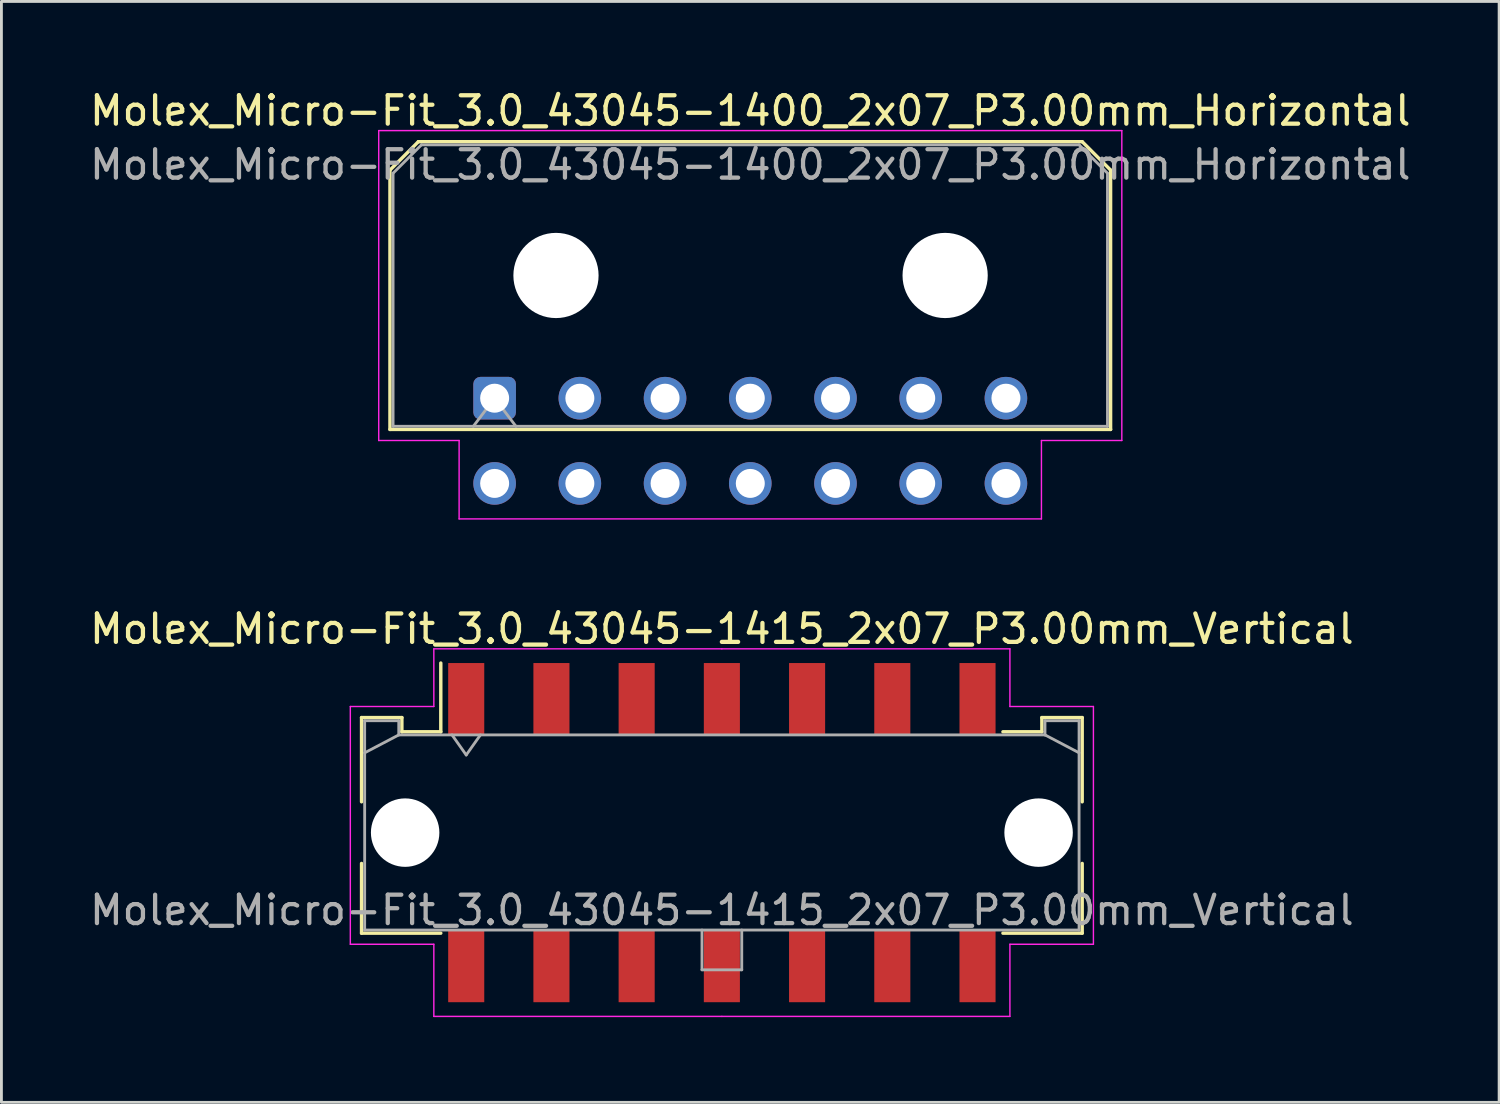
<source format=kicad_pcb>
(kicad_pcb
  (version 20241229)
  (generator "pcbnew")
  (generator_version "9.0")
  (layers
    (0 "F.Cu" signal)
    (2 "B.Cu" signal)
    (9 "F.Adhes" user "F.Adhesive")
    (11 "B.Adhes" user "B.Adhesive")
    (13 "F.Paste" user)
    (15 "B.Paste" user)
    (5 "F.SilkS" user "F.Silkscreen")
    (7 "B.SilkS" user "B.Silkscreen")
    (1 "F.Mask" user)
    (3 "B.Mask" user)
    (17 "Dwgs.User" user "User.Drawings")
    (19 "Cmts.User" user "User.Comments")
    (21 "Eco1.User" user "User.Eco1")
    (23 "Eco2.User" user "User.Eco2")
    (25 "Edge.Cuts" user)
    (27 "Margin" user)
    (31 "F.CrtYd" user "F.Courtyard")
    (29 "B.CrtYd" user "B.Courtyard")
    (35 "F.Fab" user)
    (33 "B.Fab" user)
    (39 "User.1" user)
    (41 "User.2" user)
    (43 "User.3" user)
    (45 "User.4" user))
  (footprint "Molex_Micro-Fit_3.0_43045-1400_2x07_P3.00mm_Horizontal"
    (layer "F.Cu")
    (at 14.363 10.968)
    (property "Reference" "Molex_Micro-Fit_3.0_43045-1400_2x07_P3.00mm_Horizontal" (at 9 -10.12 0) (layer "F.SilkS") (effects (font (size 1 1) (thickness 0.15))))
    (attr through_hole)
    (fp_line (start -3.685 -8.03) (end -2.685 -9.03) (stroke (width 0.12) (type solid)) (layer "F.SilkS"))
    (fp_line (start -3.685 1.1) (end -3.685 -8.03) (stroke (width 0.12) (type solid)) (layer "F.SilkS"))
    (fp_line (start -2.685 -9.03) (end 20.685 -9.03) (stroke (width 0.12) (type solid)) (layer "F.SilkS"))
    (fp_line (start 20.685 -9.03) (end 21.685 -8.03) (stroke (width 0.12) (type solid)) (layer "F.SilkS"))
    (fp_line (start 21.685 -8.03) (end 21.685 1.1) (stroke (width 0.12) (type solid)) (layer "F.SilkS"))
    (fp_line (start 21.685 1.1) (end -3.685 1.1) (stroke (width 0.12) (type solid)) (layer "F.SilkS"))
    (fp_line (start -4.08 -9.42) (end 22.08 -9.42) (stroke (width 0.05) (type solid)) (layer "F.CrtYd"))
    (fp_line (start -4.08 1.49) (end -4.08 -9.42) (stroke (width 0.05) (type solid)) (layer "F.CrtYd"))
    (fp_line (start -1.25 1.49) (end -4.08 1.49) (stroke (width 0.05) (type solid)) (layer "F.CrtYd"))
    (fp_line (start -1.25 4.25) (end -1.25 1.49) (stroke (width 0.05) (type solid)) (layer "F.CrtYd"))
    (fp_line (start 19.25 1.49) (end 19.25 4.25) (stroke (width 0.05) (type solid)) (layer "F.CrtYd"))
    (fp_line (start 19.25 4.25) (end -1.25 4.25) (stroke (width 0.05) (type solid)) (layer "F.CrtYd"))
    (fp_line (start 22.08 -9.42) (end 22.08 1.49) (stroke (width 0.05) (type solid)) (layer "F.CrtYd"))
    (fp_line (start 22.08 1.49) (end 19.25 1.49) (stroke (width 0.05) (type solid)) (layer "F.CrtYd"))
    (fp_line (start -3.575 -7.92) (end -2.575 -8.92) (stroke (width 0.1) (type solid)) (layer "F.Fab"))
    (fp_line (start -3.575 0.99) (end -3.575 -7.92) (stroke (width 0.1) (type solid)) (layer "F.Fab"))
    (fp_line (start -2.575 -8.92) (end 20.575 -8.92) (stroke (width 0.1) (type solid)) (layer "F.Fab"))
    (fp_line (start -0.75 0.99) (end 0 0) (stroke (width 0.1) (type solid)) (layer "F.Fab"))
    (fp_line (start 0 0) (end 0.75 0.99) (stroke (width 0.1) (type solid)) (layer "F.Fab"))
    (fp_line (start 20.575 -8.92) (end 21.575 -7.92) (stroke (width 0.1) (type solid)) (layer "F.Fab"))
    (fp_line (start 21.575 -7.92) (end 21.575 0.99) (stroke (width 0.1) (type solid)) (layer "F.Fab"))
    (fp_line (start 21.575 0.99) (end -3.575 0.99) (stroke (width 0.1) (type solid)) (layer "F.Fab"))
    (fp_text user "${REFERENCE}" (at 9 -8.22 0) (layer "F.Fab") (effects (font (size 1 1) (thickness 0.15))))
    (pad "" np_thru_hole circle (at 2.16 -4.32) (size 3 3) (drill 3) (layers "*.Cu" "*.Mask"))
    (pad "" np_thru_hole circle (at 15.86 -4.32) (size 3 3) (drill 3) (layers "*.Cu" "*.Mask"))
    (pad "1" thru_hole roundrect (at 0 0) (size 1.5 1.5) (drill 1.02) (layers "*.Cu" "*.Mask") (roundrect_rratio 0.167))
    (pad "2" thru_hole circle (at 3 0) (size 1.5 1.5) (drill 1.02) (layers "*.Cu" "*.Mask"))
    (pad "3" thru_hole circle (at 6 0) (size 1.5 1.5) (drill 1.02) (layers "*.Cu" "*.Mask"))
    (pad "4" thru_hole circle (at 9 0) (size 1.5 1.5) (drill 1.02) (layers "*.Cu" "*.Mask"))
    (pad "5" thru_hole circle (at 12 0) (size 1.5 1.5) (drill 1.02) (layers "*.Cu" "*.Mask"))
    (pad "6" thru_hole circle (at 15 0) (size 1.5 1.5) (drill 1.02) (layers "*.Cu" "*.Mask"))
    (pad "7" thru_hole circle (at 18 0) (size 1.5 1.5) (drill 1.02) (layers "*.Cu" "*.Mask"))
    (pad "8" thru_hole circle (at 0 3) (size 1.5 1.5) (drill 1.02) (layers "*.Cu" "*.Mask"))
    (pad "9" thru_hole circle (at 3 3) (size 1.5 1.5) (drill 1.02) (layers "*.Cu" "*.Mask"))
    (pad "10" thru_hole circle (at 6 3) (size 1.5 1.5) (drill 1.02) (layers "*.Cu" "*.Mask"))
    (pad "11" thru_hole circle (at 9 3) (size 1.5 1.5) (drill 1.02) (layers "*.Cu" "*.Mask"))
    (pad "12" thru_hole circle (at 12 3) (size 1.5 1.5) (drill 1.02) (layers "*.Cu" "*.Mask"))
    (pad "13" thru_hole circle (at 15 3) (size 1.5 1.5) (drill 1.02) (layers "*.Cu" "*.Mask"))
    (pad "14" thru_hole circle (at 18 3) (size 1.5 1.5) (drill 1.02) (layers "*.Cu" "*.Mask")))
  (footprint "Molex_Micro-Fit_3.0_43045-1415_2x07_P3.00mm_Vertical"
    (layer "F.Cu")
    (at 22.363 26.262)
    (property "Reference" "Molex_Micro-Fit_3.0_43045-1415_2x07_P3.00mm_Vertical" (at 0 -7.17 0) (layer "F.SilkS") (effects (font (size 1 1) (thickness 0.15))))
    (attr smd)
    (fp_line (start -12.685 -4.05) (end -11.265 -4.05) (stroke (width 0.12) (type solid)) (layer "F.SilkS"))
    (fp_line (start -12.685 -1.085) (end -12.685 -4.05) (stroke (width 0.12) (type solid)) (layer "F.SilkS"))
    (fp_line (start -12.685 1.085) (end -12.685 3.54) (stroke (width 0.12) (type solid)) (layer "F.SilkS"))
    (fp_line (start -12.685 3.54) (end -9.895 3.54) (stroke (width 0.12) (type solid)) (layer "F.SilkS"))
    (fp_line (start -11.265 -4.05) (end -11.265 -3.55) (stroke (width 0.12) (type solid)) (layer "F.SilkS"))
    (fp_line (start -11.265 -3.55) (end -9.895 -3.55) (stroke (width 0.12) (type solid)) (layer "F.SilkS"))
    (fp_line (start -9.895 -3.55) (end -9.895 -5.97) (stroke (width 0.12) (type solid)) (layer "F.SilkS"))
    (fp_line (start 11.265 -4.05) (end 11.265 -3.55) (stroke (width 0.12) (type solid)) (layer "F.SilkS"))
    (fp_line (start 11.265 -3.55) (end 9.895 -3.55) (stroke (width 0.12) (type solid)) (layer "F.SilkS"))
    (fp_line (start 12.685 -4.05) (end 11.265 -4.05) (stroke (width 0.12) (type solid)) (layer "F.SilkS"))
    (fp_line (start 12.685 -1.085) (end 12.685 -4.05) (stroke (width 0.12) (type solid)) (layer "F.SilkS"))
    (fp_line (start 12.685 1.085) (end 12.685 3.54) (stroke (width 0.12) (type solid)) (layer "F.SilkS"))
    (fp_line (start 12.685 3.54) (end 9.895 3.54) (stroke (width 0.12) (type solid)) (layer "F.SilkS"))
    (fp_line (start -13.08 -4.44) (end -13.08 3.93) (stroke (width 0.05) (type solid)) (layer "F.CrtYd"))
    (fp_line (start -13.08 3.93) (end -10.14 3.93) (stroke (width 0.05) (type solid)) (layer "F.CrtYd"))
    (fp_line (start -10.14 -6.47) (end -10.14 -4.44) (stroke (width 0.05) (type solid)) (layer "F.CrtYd"))
    (fp_line (start -10.14 -4.44) (end -13.08 -4.44) (stroke (width 0.05) (type solid)) (layer "F.CrtYd"))
    (fp_line (start -10.14 3.93) (end -10.14 6.47) (stroke (width 0.05) (type solid)) (layer "F.CrtYd"))
    (fp_line (start -10.14 6.47) (end 0 6.47) (stroke (width 0.05) (type solid)) (layer "F.CrtYd"))
    (fp_line (start 0 -6.47) (end -10.14 -6.47) (stroke (width 0.05) (type solid)) (layer "F.CrtYd"))
    (fp_line (start 0 -6.47) (end 10.14 -6.47) (stroke (width 0.05) (type solid)) (layer "F.CrtYd"))
    (fp_line (start 10.14 -6.47) (end 10.14 -4.44) (stroke (width 0.05) (type solid)) (layer "F.CrtYd"))
    (fp_line (start 10.14 -4.44) (end 13.08 -4.44) (stroke (width 0.05) (type solid)) (layer "F.CrtYd"))
    (fp_line (start 10.14 3.93) (end 10.14 6.47) (stroke (width 0.05) (type solid)) (layer "F.CrtYd"))
    (fp_line (start 10.14 6.47) (end 0 6.47) (stroke (width 0.05) (type solid)) (layer "F.CrtYd"))
    (fp_line (start 13.08 -4.44) (end 13.08 3.93) (stroke (width 0.05) (type solid)) (layer "F.CrtYd"))
    (fp_line (start 13.08 3.93) (end 10.14 3.93) (stroke (width 0.05) (type solid)) (layer "F.CrtYd"))
    (fp_line (start -12.575 -3.94) (end -12.575 3.43) (stroke (width 0.1) (type solid)) (layer "F.Fab"))
    (fp_line (start -12.575 -2.81) (end -11.375 -3.44) (stroke (width 0.1) (type solid)) (layer "F.Fab"))
    (fp_line (start -12.575 3.43) (end 12.575 3.43) (stroke (width 0.1) (type solid)) (layer "F.Fab"))
    (fp_line (start -11.375 -3.94) (end -12.575 -3.94) (stroke (width 0.1) (type solid)) (layer "F.Fab"))
    (fp_line (start -11.375 -3.44) (end -11.375 -3.94) (stroke (width 0.1) (type solid)) (layer "F.Fab"))
    (fp_line (start -9.5 -3.44) (end -9 -2.733) (stroke (width 0.1) (type solid)) (layer "F.Fab"))
    (fp_line (start -9 -2.733) (end -8.5 -3.44) (stroke (width 0.1) (type solid)) (layer "F.Fab"))
    (fp_line (start -0.7 3.43) (end -0.7 4.83) (stroke (width 0.1) (type solid)) (layer "F.Fab"))
    (fp_line (start -0.7 4.83) (end 0.7 4.83) (stroke (width 0.1) (type solid)) (layer "F.Fab"))
    (fp_line (start 0.7 4.83) (end 0.7 3.43) (stroke (width 0.1) (type solid)) (layer "F.Fab"))
    (fp_line (start 11.375 -3.94) (end 11.375 -3.44) (stroke (width 0.1) (type solid)) (layer "F.Fab"))
    (fp_line (start 11.375 -3.44) (end -11.375 -3.44) (stroke (width 0.1) (type solid)) (layer "F.Fab"))
    (fp_line (start 12.575 -3.94) (end 11.375 -3.94) (stroke (width 0.1) (type solid)) (layer "F.Fab"))
    (fp_line (start 12.575 -2.81) (end 11.375 -3.44) (stroke (width 0.1) (type solid)) (layer "F.Fab"))
    (fp_line (start 12.575 3.43) (end 12.575 -3.94) (stroke (width 0.1) (type solid)) (layer "F.Fab"))
    (fp_text user "${REFERENCE}" (at 0 2.73 0) (layer "F.Fab") (effects (font (size 1 1) (thickness 0.15))))
    (pad "" np_thru_hole circle (at -11.15 0) (size 2.41 2.41) (drill 2.41) (layers "*.Cu" "*.Mask"))
    (pad "" np_thru_hole circle (at 11.15 0) (size 2.41 2.41) (drill 2.41) (layers "*.Cu" "*.Mask"))
    (pad "1" smd rect (at -9 -4.7) (size 1.27 2.54) (layers "F.Cu" "F.Mask" "F.Paste"))
    (pad "2" smd rect (at -6 -4.7) (size 1.27 2.54) (layers "F.Cu" "F.Mask" "F.Paste"))
    (pad "3" smd rect (at -3 -4.7) (size 1.27 2.54) (layers "F.Cu" "F.Mask" "F.Paste"))
    (pad "4" smd rect (at 0 -4.7) (size 1.27 2.54) (layers "F.Cu" "F.Mask" "F.Paste"))
    (pad "5" smd rect (at 3 -4.7) (size 1.27 2.54) (layers "F.Cu" "F.Mask" "F.Paste"))
    (pad "6" smd rect (at 6 -4.7) (size 1.27 2.54) (layers "F.Cu" "F.Mask" "F.Paste"))
    (pad "7" smd rect (at 9 -4.7) (size 1.27 2.54) (layers "F.Cu" "F.Mask" "F.Paste"))
    (pad "8" smd rect (at -9 4.7) (size 1.27 2.54) (layers "F.Cu" "F.Mask" "F.Paste"))
    (pad "9" smd rect (at -6 4.7) (size 1.27 2.54) (layers "F.Cu" "F.Mask" "F.Paste"))
    (pad "10" smd rect (at -3 4.7) (size 1.27 2.54) (layers "F.Cu" "F.Mask" "F.Paste"))
    (pad "11" smd rect (at 0 4.7) (size 1.27 2.54) (layers "F.Cu" "F.Mask" "F.Paste"))
    (pad "12" smd rect (at 3 4.7) (size 1.27 2.54) (layers "F.Cu" "F.Mask" "F.Paste"))
    (pad "13" smd rect (at 6 4.7) (size 1.27 2.54) (layers "F.Cu" "F.Mask" "F.Paste"))
    (pad "14" smd rect (at 9 4.7) (size 1.27 2.54) (layers "F.Cu" "F.Mask" "F.Paste")))
  (gr_rect
    (start -3 -3)
    (end 49.726 35.757)
    (stroke (width 0.1) (type default))
    (fill no)
    (layer "Edge.Cuts")))
</source>
